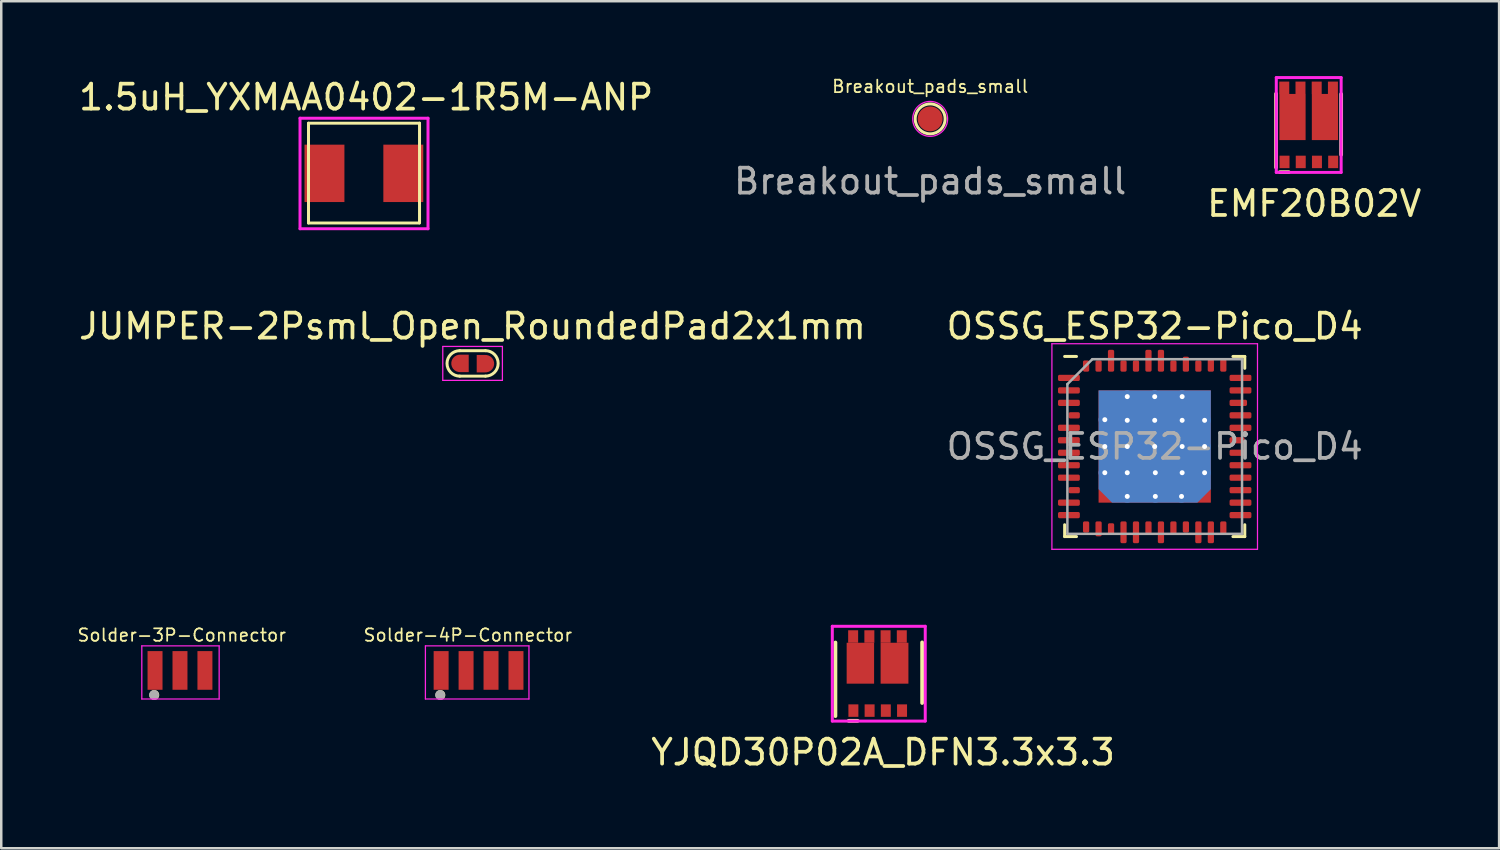
<source format=kicad_pcb>
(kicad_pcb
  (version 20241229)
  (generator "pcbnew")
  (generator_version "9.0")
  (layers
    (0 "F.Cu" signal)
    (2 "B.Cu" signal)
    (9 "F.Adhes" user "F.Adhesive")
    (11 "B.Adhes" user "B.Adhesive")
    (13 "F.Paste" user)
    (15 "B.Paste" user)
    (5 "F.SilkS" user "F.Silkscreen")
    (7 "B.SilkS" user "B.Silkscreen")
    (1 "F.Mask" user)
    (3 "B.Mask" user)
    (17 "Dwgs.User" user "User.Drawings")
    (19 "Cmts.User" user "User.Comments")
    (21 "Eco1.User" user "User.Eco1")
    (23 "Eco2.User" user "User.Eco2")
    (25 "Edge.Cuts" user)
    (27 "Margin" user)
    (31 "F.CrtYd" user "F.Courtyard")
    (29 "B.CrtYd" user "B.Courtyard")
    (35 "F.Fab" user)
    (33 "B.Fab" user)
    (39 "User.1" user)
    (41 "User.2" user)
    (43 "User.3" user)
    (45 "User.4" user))
  (footprint "OSSG_ESP32-Pico_D4"
    (layer "F.Cu")
    (at 43.232 14.847)
    (property "Reference" "OSSG_ESP32-Pico_D4" (at 0 -4.82 0) (layer "F.SilkS") (effects (font (size 1 1) (thickness 0.15))))
    (attr smd)
    (fp_line (start -3.61 3.61) (end -3.61 3.135) (stroke (width 0.12) (type solid)) (layer "F.SilkS"))
    (fp_line (start -3.135 -3.61) (end -3.61 -3.61) (stroke (width 0.12) (type solid)) (layer "F.SilkS"))
    (fp_line (start -3.135 3.61) (end -3.61 3.61) (stroke (width 0.12) (type solid)) (layer "F.SilkS"))
    (fp_line (start 3.135 -3.61) (end 3.61 -3.61) (stroke (width 0.12) (type solid)) (layer "F.SilkS"))
    (fp_line (start 3.135 3.61) (end 3.61 3.61) (stroke (width 0.12) (type solid)) (layer "F.SilkS"))
    (fp_line (start 3.61 -3.61) (end 3.61 -3.135) (stroke (width 0.12) (type solid)) (layer "F.SilkS"))
    (fp_line (start 3.61 3.61) (end 3.61 3.135) (stroke (width 0.12) (type solid)) (layer "F.SilkS"))
    (fp_line (start -4.12 -4.12) (end -4.12 4.12) (stroke (width 0.05) (type solid)) (layer "F.CrtYd"))
    (fp_line (start -4.12 4.12) (end 4.12 4.12) (stroke (width 0.05) (type solid)) (layer "F.CrtYd"))
    (fp_line (start 4.12 -4.12) (end -4.12 -4.12) (stroke (width 0.05) (type solid)) (layer "F.CrtYd"))
    (fp_line (start 4.12 4.12) (end 4.12 -4.12) (stroke (width 0.05) (type solid)) (layer "F.CrtYd"))
    (fp_line (start -3.5 -2.5) (end -2.5 -3.5) (stroke (width 0.1) (type solid)) (layer "F.Fab"))
    (fp_line (start -3.5 3.5) (end -3.5 -2.5) (stroke (width 0.1) (type solid)) (layer "F.Fab"))
    (fp_line (start -2.5 -3.5) (end 3.5 -3.5) (stroke (width 0.1) (type solid)) (layer "F.Fab"))
    (fp_line (start 3.5 -3.5) (end 3.5 3.5) (stroke (width 0.1) (type solid)) (layer "F.Fab"))
    (fp_line (start 3.5 3.5) (end -3.5 3.5) (stroke (width 0.1) (type solid)) (layer "F.Fab"))
    (fp_text user "${REFERENCE}" (at 0 0 0) (layer "F.Fab") (effects (font (size 1 1) (thickness 0.15))))
    (pad "" smd roundrect (at -1.875 -1.85) (size 0.8 0.8) (layers "F.Paste") (roundrect_rratio 0.231))
    (pad "" smd roundrect (at -1.85 1.85) (size 0.8 0.8) (layers "F.Paste") (roundrect_rratio 0.231))
    (pad "" smd roundrect (at -1.575 0.525) (size 0.8 0.8) (layers "F.Paste") (roundrect_rratio 0.231))
    (pad "" smd roundrect (at -1.55 -0.525) (size 0.8 0.8) (layers "F.Paste") (roundrect_rratio 0.231))
    (pad "" smd roundrect (at -0.55 -1.525) (size 0.8 0.8) (layers "F.Paste") (roundrect_rratio 0.231))
    (pad "" smd roundrect (at -0.55 -0.5) (size 0.8 0.8) (layers "F.Paste") (roundrect_rratio 0.231))
    (pad "" smd roundrect (at -0.55 0.525) (size 0.8 0.8) (layers "F.Paste") (roundrect_rratio 0.231))
    (pad "" smd roundrect (at -0.55 1.525) (size 0.8 0.8) (layers "F.Paste") (roundrect_rratio 0.231))
    (pad "" smd roundrect (at 0.55 -1.55) (size 0.8 0.8) (layers "F.Paste") (roundrect_rratio 0.231))
    (pad "" smd roundrect (at 0.55 -0.55) (size 0.8 0.8) (layers "F.Paste") (roundrect_rratio 0.231))
    (pad "" smd roundrect (at 0.55 0.525) (size 0.8 0.8) (layers "F.Paste") (roundrect_rratio 0.231))
    (pad "" smd roundrect (at 0.55 1.55) (size 0.8 0.8) (layers "F.Paste") (roundrect_rratio 0.231))
    (pad "" smd roundrect (at 1.55 -0.525) (size 0.8 0.8) (layers "F.Paste") (roundrect_rratio 0.231))
    (pad "" smd roundrect (at 1.55 0.525) (size 0.8 0.8) (layers "F.Paste") (roundrect_rratio 0.231))
    (pad "" smd roundrect (at 1.85 -1.85) (size 0.8 0.8) (layers "F.Paste") (roundrect_rratio 0.231))
    (pad "" smd roundrect (at 1.85 1.875) (size 0.8 0.8) (layers "F.Paste") (roundrect_rratio 0.231))
    (pad "1" smd roundrect (at -3.438 -2.75) (size 0.875 0.25) (layers "F.Cu" "F.Mask" "F.Paste") (roundrect_rratio 0.25))
    (pad "2" smd roundrect (at -3.438 -2.25) (size 0.875 0.25) (layers "F.Cu" "F.Mask" "F.Paste") (roundrect_rratio 0.25))
    (pad "3" smd roundrect (at -3.438 -1.75) (size 0.875 0.25) (layers "F.Cu" "F.Mask" "F.Paste") (roundrect_rratio 0.25))
    (pad "4" smd roundrect (at -3.225 -1.25) (size 0.45 0.25) (layers "F.Cu" "F.Mask" "F.Paste") (roundrect_rratio 0.25))
    (pad "5" smd roundrect (at -3.438 -0.75) (size 0.875 0.25) (layers "F.Cu" "F.Mask" "F.Paste") (roundrect_rratio 0.25))
    (pad "6" smd roundrect (at -3.438 -0.25) (size 0.875 0.25) (layers "F.Cu" "F.Mask" "F.Paste") (roundrect_rratio 0.25))
    (pad "7" smd roundrect (at -3.438 0.25) (size 0.875 0.25) (layers "F.Cu" "F.Mask" "F.Paste") (roundrect_rratio 0.25))
    (pad "8" smd roundrect (at -3.438 0.75) (size 0.875 0.25) (layers "F.Cu" "F.Mask" "F.Paste") (roundrect_rratio 0.25))
    (pad "9" smd roundrect (at -3.438 1.25) (size 0.875 0.25) (layers "F.Cu" "F.Mask" "F.Paste") (roundrect_rratio 0.25))
    (pad "10" smd roundrect (at -3.225 1.75) (size 0.45 0.25) (layers "F.Cu" "F.Mask" "F.Paste") (roundrect_rratio 0.25))
    (pad "11" smd roundrect (at -3.438 2.25) (size 0.875 0.25) (layers "F.Cu" "F.Mask" "F.Paste") (roundrect_rratio 0.25))
    (pad "12" smd roundrect (at -3.438 2.75) (size 0.875 0.25) (layers "F.Cu" "F.Mask" "F.Paste") (roundrect_rratio 0.25))
    (pad "13" smd roundrect (at -2.75 3.225) (size 0.25 0.45) (layers "F.Cu" "F.Mask" "F.Paste") (roundrect_rratio 0.25))
    (pad "14" smd roundrect (at -2.25 3.3) (size 0.25 0.6) (layers "F.Cu" "F.Mask" "F.Paste") (roundrect_rratio 0.25))
    (pad "15" smd roundrect (at -1.75 3.3) (size 0.25 0.45) (layers "F.Cu" "F.Mask" "F.Paste") (roundrect_rratio 0.25))
    (pad "16" smd roundrect (at -1.25 3.438) (size 0.25 0.875) (layers "F.Cu" "F.Mask" "F.Paste") (roundrect_rratio 0.25))
    (pad "17" smd roundrect (at -0.75 3.438) (size 0.25 0.875) (layers "F.Cu" "F.Mask" "F.Paste") (roundrect_rratio 0.25))
    (pad "18" smd roundrect (at -0.25 3.25) (size 0.25 0.5) (layers "F.Cu" "F.Mask" "F.Paste") (roundrect_rratio 0.25))
    (pad "19" smd roundrect (at 0.25 3.438) (size 0.25 0.875) (layers "F.Cu" "F.Mask" "F.Paste") (roundrect_rratio 0.25))
    (pad "20" smd roundrect (at 0.75 3.25) (size 0.25 0.5) (layers "F.Cu" "F.Mask" "F.Paste") (roundrect_rratio 0.25))
    (pad "21" smd roundrect (at 1.25 3.225) (size 0.25 0.45) (layers "F.Cu" "F.Mask" "F.Paste") (roundrect_rratio 0.25))
    (pad "22" smd roundrect (at 1.75 3.438) (size 0.25 0.875) (layers "F.Cu" "F.Mask" "F.Paste") (roundrect_rratio 0.25))
    (pad "23" smd roundrect (at 2.25 3.438) (size 0.25 0.875) (layers "F.Cu" "F.Mask" "F.Paste") (roundrect_rratio 0.25))
    (pad "24" smd roundrect (at 2.75 3.25) (size 0.25 0.5) (layers "F.Cu" "F.Mask" "F.Paste") (roundrect_rratio 0.25))
    (pad "25" smd roundrect (at 3.438 2.75) (size 0.875 0.25) (layers "F.Cu" "F.Mask" "F.Paste") (roundrect_rratio 0.25))
    (pad "26" smd roundrect (at 3.438 2.25) (size 0.875 0.25) (layers "F.Cu" "F.Mask" "F.Paste") (roundrect_rratio 0.25))
    (pad "27" smd roundrect (at 3.438 1.75) (size 0.875 0.25) (layers "F.Cu" "F.Mask" "F.Paste") (roundrect_rratio 0.25))
    (pad "28" smd roundrect (at 3.438 1.25) (size 0.875 0.25) (layers "F.Cu" "F.Mask" "F.Paste") (roundrect_rratio 0.25))
    (pad "29" smd roundrect (at 3.438 0.75) (size 0.875 0.25) (layers "F.Cu" "F.Mask" "F.Paste") (roundrect_rratio 0.25))
    (pad "30" smd roundrect (at 3.3 0.25) (size 0.6 0.25) (layers "F.Cu" "F.Mask" "F.Paste") (roundrect_rratio 0.25))
    (pad "31" smd roundrect (at 3.3 -0.25) (size 0.6 0.25) (layers "F.Cu" "F.Mask" "F.Paste") (roundrect_rratio 0.25))
    (pad "32" smd roundrect (at 3.438 -0.75) (size 0.875 0.25) (layers "F.Cu" "F.Mask" "F.Paste") (roundrect_rratio 0.25))
    (pad "33" smd roundrect (at 3.438 -1.25) (size 0.875 0.25) (layers "F.Cu" "F.Mask" "F.Paste") (roundrect_rratio 0.25))
    (pad "34" smd roundrect (at 3.35 -1.75) (size 0.7 0.25) (layers "F.Cu" "F.Mask" "F.Paste") (roundrect_rratio 0.25))
    (pad "35" smd roundrect (at 3.438 -2.25) (size 0.875 0.25) (layers "F.Cu" "F.Mask" "F.Paste") (roundrect_rratio 0.25))
    (pad "36" smd roundrect (at 3.438 -2.75) (size 0.875 0.25) (layers "F.Cu" "F.Mask" "F.Paste") (roundrect_rratio 0.25))
    (pad "37" smd roundrect (at 2.75 -3.25) (size 0.25 0.5) (layers "F.Cu" "F.Mask" "F.Paste") (roundrect_rratio 0.25))
    (pad "38" smd roundrect (at 2.25 -3.25) (size 0.25 0.5) (layers "F.Cu" "F.Mask" "F.Paste") (roundrect_rratio 0.25))
    (pad "39" smd roundrect (at 1.75 -3.225) (size 0.25 0.45) (layers "F.Cu" "F.Mask" "F.Paste") (roundrect_rratio 0.25))
    (pad "40" smd roundrect (at 1.25 -3.3) (size 0.25 0.6) (layers "F.Cu" "F.Mask" "F.Paste") (roundrect_rratio 0.25))
    (pad "41" smd roundrect (at 0.75 -3.225) (size 0.25 0.45) (layers "F.Cu" "F.Mask" "F.Paste") (roundrect_rratio 0.25))
    (pad "42" smd roundrect (at 0.25 -3.438) (size 0.25 0.875) (layers "F.Cu" "F.Mask" "F.Paste") (roundrect_rratio 0.25))
    (pad "43" smd roundrect (at -0.25 -3.438) (size 0.25 0.875) (layers "F.Cu" "F.Mask" "F.Paste") (roundrect_rratio 0.25))
    (pad "44" smd roundrect (at -0.75 -3.225) (size 0.25 0.45) (layers "F.Cu" "F.Mask" "F.Paste") (roundrect_rratio 0.25))
    (pad "45" smd roundrect (at -1.25 -3.225) (size 0.25 0.45) (layers "F.Cu" "F.Mask" "F.Paste") (roundrect_rratio 0.25))
    (pad "46" smd roundrect (at -1.75 -3.438) (size 0.25 0.875) (layers "F.Cu" "F.Mask" "F.Paste") (roundrect_rratio 0.25))
    (pad "47" smd roundrect (at -2.25 -3.225) (size 0.25 0.45) (layers "F.Cu" "F.Mask" "F.Paste") (roundrect_rratio 0.25))
    (pad "48" smd roundrect (at -2.75 -3.225) (size 0.25 0.45) (layers "F.Cu" "F.Mask" "F.Paste") (roundrect_rratio 0.25))
    (pad "49" thru_hole circle (at -2 -1.075) (size 0.5 0.5) (drill 0.2) (layers "*.Cu"))
    (pad "49" thru_hole circle (at -2 0) (size 0.5 0.5) (drill 0.2) (layers "*.Cu"))
    (pad "49" thru_hole circle (at -2 1.05) (size 0.5 0.5) (drill 0.2) (layers "*.Cu"))
    (pad "49" thru_hole circle (at -1.1 -2) (size 0.5 0.5) (drill 0.2) (layers "*.Cu"))
    (pad "49" thru_hole circle (at -1.1 -1.05) (size 0.5 0.5) (drill 0.2) (layers "*.Cu"))
    (pad "49" thru_hole circle (at -1.1 0) (size 0.5 0.5) (drill 0.2) (layers "*.Cu"))
    (pad "49" thru_hole circle (at -1.1 1.05) (size 0.5 0.5) (drill 0.2) (layers "*.Cu"))
    (pad "49" thru_hole circle (at -1.1 2) (size 0.5 0.5) (drill 0.2) (layers "*.Cu"))
    (pad "49" thru_hole circle (at 0 -2) (size 0.5 0.5) (drill 0.2) (layers "*.Cu"))
    (pad "49" thru_hole circle (at 0 -1.05) (size 0.5 0.5) (drill 0.2) (layers "*.Cu"))
    (pad "49" thru_hole circle (at 0 0) (size 0.5 0.5) (drill 0.2) (layers "*.Cu"))
    (pad "49" smd rect (at 0 0) (size 4.5 4.5) (layers "F.Cu" "F.Mask"))
    (pad "49" smd roundrect (at 0 0) (size 4.5 4.5) (layers "B.Cu") (roundrect_rratio 0) (chamfer_ratio 0.12) (chamfer bottom_left bottom_right))
    (pad "49" thru_hole circle (at 0.025 1.05) (size 0.5 0.5) (drill 0.2) (layers "*.Cu"))
    (pad "49" thru_hole circle (at 0.025 2) (size 0.5 0.5) (drill 0.2) (layers "*.Cu"))
    (pad "49" thru_hole circle (at 1.075 2) (size 0.5 0.5) (drill 0.2) (layers "*.Cu"))
    (pad "49" thru_hole circle (at 1.1 -2) (size 0.5 0.5) (drill 0.2) (layers "*.Cu"))
    (pad "49" thru_hole circle (at 1.1 -1.05) (size 0.5 0.5) (drill 0.2) (layers "*.Cu"))
    (pad "49" thru_hole circle (at 1.1 0) (size 0.5 0.5) (drill 0.2) (layers "*.Cu"))
    (pad "49" thru_hole circle (at 1.1 1.05) (size 0.5 0.5) (drill 0.2) (layers "*.Cu"))
    (pad "49" thru_hole circle (at 2 -1.05) (size 0.5 0.5) (drill 0.2) (layers "*.Cu"))
    (pad "49" thru_hole circle (at 2 0) (size 0.5 0.5) (drill 0.2) (layers "*.Cu"))
    (pad "49" thru_hole circle (at 2 1.05) (size 0.5 0.5) (drill 0.2) (layers "*.Cu")))
  (footprint "1.5uH_YXMAA0402-1R5M-ANP"
    (layer "F.Cu")
    (at 11.555 3.918)
    (property "Reference" "1.5uH_YXMAA0402-1R5M-ANP" (at 0.07 -3.07 0) (layer "F.SilkS") (effects (font (size 1 1) (thickness 0.15))))
    (attr through_hole)
    (fp_line (start -2.24 1.13) (end -2.24 -2.03) (stroke (width 0.12) (type solid)) (layer "F.SilkS"))
    (fp_line (start -2.24 1.13) (end -2.24 1.97) (stroke (width 0.12) (type solid)) (layer "F.SilkS"))
    (fp_line (start -2.24 1.97) (end 2.19 1.97) (stroke (width 0.12) (type solid)) (layer "F.SilkS"))
    (fp_line (start 2.21 -2.03) (end -2.24 -2.03) (stroke (width 0.12) (type solid)) (layer "F.SilkS"))
    (fp_line (start 2.21 1.13) (end 2.21 -2.03) (stroke (width 0.12) (type solid)) (layer "F.SilkS"))
    (fp_line (start 2.21 1.13) (end 2.21 1.97) (stroke (width 0.12) (type solid)) (layer "F.SilkS"))
    (fp_line (start -2.58 -2.23) (end -2.58 2.2) (stroke (width 0.12) (type solid)) (layer "F.CrtYd"))
    (fp_line (start -2.58 2.2) (end 2.55 2.2) (stroke (width 0.12) (type solid)) (layer "F.CrtYd"))
    (fp_line (start 2.55 -2.23) (end -2.58 -2.23) (stroke (width 0.12) (type solid)) (layer "F.CrtYd"))
    (fp_line (start 2.55 2.2) (end 2.55 -2.23) (stroke (width 0.12) (type solid)) (layer "F.CrtYd"))
    (pad "1" smd rect (at -1.6 -0.02) (size 1.6 2.3) (layers "F.Cu" "F.Mask" "F.Paste"))
    (pad "2" smd rect (at 1.56 -0.02) (size 1.6 2.3) (layers "F.Cu" "F.Mask" "F.Paste")))
  (footprint "Breakout_pads_small"
    (layer "F.Cu")
    (at 34.232 1.715)
    (property "Reference" "Breakout_pads_small" (at 0 2.5 0) (unlocked yes) (layer "F.Fab") (effects (font (size 1 1) (thickness 0.15))))
    (property "Value" "Breakout_pads_small" (at 0 1 0) (unlocked yes) (layer "F.Fab") (hide yes) (effects (font (size 1 1) (thickness 0.15))))
    (attr smd)
    (fp_circle (center 0 0) (end 0.6 0) (stroke (width 0.12) (type solid)) (fill no) (layer "F.SilkS"))
    (fp_circle (center 0 0) (end 0.7 0) (stroke (width 0.05) (type solid)) (fill no) (layer "F.CrtYd"))
    (fp_text user "${VALUE}" (at 0 -1.3 0) (unlocked yes) (layer "F.SilkS") (effects (font (size 0.5 0.5) (thickness 0.07))))
    (pad "1" smd circle (at 0 0) (size 1 1) (layers "F.Cu" "F.Mask")))
  (footprint "YJQD30P02A_DFN3.3x3.3"
    (layer "F.Cu")
    (at 32.185 24.052)
    (property "Reference" "YJQD30P02A_DFN3.3x3.3" (at 0.16 3.05 0) (layer "F.SilkS") (effects (font (size 1 1) (thickness 0.15))))
    (attr through_hole)
    (fp_rect (start -1 -0.925) (end -0.5 -0.075) (stroke (width 0.12) (type solid)) (fill yes) (layer "F.Mask"))
    (fp_rect (start 0.3 -0.925) (end 0.8 -0.075) (stroke (width 0.12) (type solid)) (fill yes) (layer "F.Mask"))
    (fp_line (start -1.75 -1.35) (end -1.75 1.6) (stroke (width 0.15) (type solid)) (layer "F.SilkS"))
    (fp_line (start -1.22 1.79) (end -0.86 1.79) (stroke (width 0.15) (type solid)) (layer "F.SilkS"))
    (fp_line (start 1.725 -1.355) (end 1.725 1.075) (stroke (width 0.15) (type solid)) (layer "F.SilkS"))
    (fp_rect (start -1 -0.925) (end -0.5 -0.075) (stroke (width 0.12) (type solid)) (fill yes) (layer "F.Paste"))
    (fp_rect (start 0.3 -0.9) (end 0.8 -0.05) (stroke (width 0.12) (type solid)) (fill yes) (layer "F.Paste"))
    (fp_line (start -1.875 -2) (end -1.875 1.8) (stroke (width 0.12) (type solid)) (layer "F.CrtYd"))
    (fp_line (start -1.875 1.8) (end 1.85 1.8) (stroke (width 0.12) (type solid)) (layer "F.CrtYd"))
    (fp_line (start 1.85 -2) (end -1.875 -2) (stroke (width 0.12) (type solid)) (layer "F.CrtYd"))
    (fp_line (start 1.85 1.8) (end 1.85 -2) (stroke (width 0.12) (type solid)) (layer "F.CrtYd"))
    (pad "1" smd rect (at -1.03 1.38) (size 0.4 0.5) (layers "F.Cu" "F.Mask" "F.Paste"))
    (pad "2" smd rect (at -0.38 1.38) (size 0.4 0.5) (layers "F.Cu" "F.Mask" "F.Paste"))
    (pad "3" smd rect (at 0.27 1.38) (size 0.4 0.5) (layers "F.Cu" "F.Mask" "F.Paste"))
    (pad "4" smd rect (at 0.92 1.38) (size 0.4 0.5) (layers "F.Cu" "F.Mask" "F.Paste"))
    (pad "5" smd rect (at 0.618 -0.52) (size 1.115 1.64) (layers "F.Cu"))
    (pad "5" smd rect (at 0.91 -1.59) (size 0.4 0.5) (layers "F.Cu" "F.Mask" "F.Paste"))
    (pad "6" smd rect (at 0.26 -1.59) (size 0.4 0.5) (layers "F.Cu" "F.Mask" "F.Paste"))
    (pad "7" smd rect (at -0.75 -0.52) (size 1.1 1.64) (layers "F.Cu"))
    (pad "7" smd rect (at -0.39 -1.59) (size 0.4 0.5) (layers "F.Cu" "F.Mask" "F.Paste"))
    (pad "8" smd rect (at -1.04 -1.59) (size 0.4 0.5) (layers "F.Cu" "F.Mask" "F.Paste")))
  (footprint "Solder-4P-Connector"
    (layer "F.Cu")
    (at 16.101 23.807)
    (property "Reference" "Solder-4P-Connector" (at -0.4 -1.4 0) (layer "F.SilkS") (effects (font (size 0.5 0.5) (thickness 0.07))))
    (attr through_hole)
    (fp_circle (center -1.5 1) (end -1.4 1) (stroke (width 0.2) (type solid)) (fill no) (layer "F.SilkS"))
    (fp_line (start -2.1 -0.97) (end 2.05 -0.97) (stroke (width 0.05) (type solid)) (layer "F.CrtYd"))
    (fp_line (start -2.1 1.16) (end -2.1 -0.97) (stroke (width 0.05) (type solid)) (layer "F.CrtYd"))
    (fp_line (start 2.05 -0.97) (end 2.05 1.16) (stroke (width 0.05) (type solid)) (layer "F.CrtYd"))
    (fp_line (start 2.05 1.16) (end -2.1 1.16) (stroke (width 0.05) (type solid)) (layer "F.CrtYd"))
    (fp_circle (center -1.51 1) (end -1.41 1) (stroke (width 0.2) (type solid)) (fill no) (layer "F.Fab"))
    (pad "1" smd rect (at -1.47 0.015) (size 0.6 1.55) (layers "F.Cu" "F.Mask" "F.Paste"))
    (pad "2" smd rect (at -0.47 0.015) (size 0.6 1.55) (layers "F.Cu" "F.Mask" "F.Paste"))
    (pad "3" smd rect (at 0.53 0.015) (size 0.6 1.55) (layers "F.Cu" "F.Mask" "F.Paste"))
    (pad "4" smd rect (at 1.53 0.015) (size 0.6 1.55) (layers "F.Cu" "F.Mask" "F.Paste")))
  (footprint "JUMPER-2Psml_Open_RoundedPad2x1mm"
    (layer "F.Cu")
    (at 15.887 11.826)
    (property "Reference" "JUMPER-2Psml_Open_RoundedPad2x1mm" (at 0 -1.8 0) (layer "F.SilkS") (effects (font (size 1 1) (thickness 0.15))))
    (attr exclude_from_pos_files exclude_from_bom)
    (fp_line (start -0.51 -0.82) (end 0.52 -0.82) (stroke (width 0.12) (type solid)) (layer "F.SilkS"))
    (fp_line (start 0.52 0.2) (end -0.51 0.2) (stroke (width 0.12) (type solid)) (layer "F.SilkS"))
    (fp_arc (start -0.51 0.2) (mid -1.02 -0.31) (end -0.51 -0.82) (stroke (width 0.12) (type solid)) (layer "F.SilkS"))
    (fp_arc (start 0.52 -0.82) (mid 1.03 -0.31) (end 0.52 0.2) (stroke (width 0.12) (type solid)) (layer "F.SilkS"))
    (fp_line (start -1.19 -0.99) (end -1.19 0.37) (stroke (width 0.05) (type solid)) (layer "F.CrtYd"))
    (fp_line (start -1.19 -0.99) (end 1.2 -0.99) (stroke (width 0.05) (type solid)) (layer "F.CrtYd"))
    (fp_line (start 1.2 0.37) (end -1.19 0.37) (stroke (width 0.05) (type solid)) (layer "F.CrtYd"))
    (fp_line (start 1.2 0.37) (end 1.2 -0.99) (stroke (width 0.05) (type solid)) (layer "F.CrtYd"))
    (pad "1" smd custom (at -0.5 -0.31) (size 0.5 0.2) (layers "F.Cu" "F.Mask") (options (anchor rect)) (primitives (gr_circle (center 0 0) (end 0.35 0) (width 0) (fill yes)) (gr_poly (pts (xy 0 -0.35) (xy 0.35 -0.35) (xy 0.35 0.35) (xy 0 0.35)) (width 0) (fill yes))))
    (pad "2" smd custom (at 0.52 -0.3 180) (size 0.5 0.2) (layers "F.Cu" "F.Mask") (options (anchor rect)) (primitives (gr_circle (center 0 0) (end 0.35 0) (width 0) (fill yes)) (gr_poly (pts (xy 0 -0.35) (xy 0.35 -0.35) (xy 0.35 0.35) (xy 0 0.35)) (width 0) (fill yes)))))
  (footprint "EMF20B02V"
    (layer "F.Cu")
    (at 49.465 2.06)
    (property "Reference" "EMF20B02V" (at 0.16 3.05 0) (layer "F.SilkS") (effects (font (size 1 1) (thickness 0.15))))
    (attr through_hole)
    (fp_line (start -1.37 -1.35) (end -1.37 1.6) (stroke (width 0.15) (type solid)) (layer "F.SilkS"))
    (fp_line (start -1.22 1.79) (end -0.86 1.79) (stroke (width 0.15) (type solid)) (layer "F.SilkS"))
    (fp_line (start 1.24 -1.34) (end 1.24 1.09) (stroke (width 0.15) (type solid)) (layer "F.SilkS"))
    (fp_line (start -1.36 -2) (end -1.36 1.8) (stroke (width 0.12) (type solid)) (layer "F.CrtYd"))
    (fp_line (start -1.36 1.8) (end 1.24 1.8) (stroke (width 0.12) (type solid)) (layer "F.CrtYd"))
    (fp_line (start 1.24 -2) (end -1.36 -2) (stroke (width 0.12) (type solid)) (layer "F.CrtYd"))
    (fp_line (start 1.24 1.8) (end 1.24 -2) (stroke (width 0.12) (type solid)) (layer "F.CrtYd"))
    (pad "1" smd rect (at -1.03 1.38) (size 0.4 0.5) (layers "F.Cu" "F.Mask" "F.Paste"))
    (pad "2" smd rect (at -0.38 1.38) (size 0.4 0.5) (layers "F.Cu" "F.Mask" "F.Paste"))
    (pad "3" smd rect (at 0.27 1.38) (size 0.4 0.5) (layers "F.Cu" "F.Mask" "F.Paste"))
    (pad "4" smd rect (at 0.92 1.38) (size 0.4 0.5) (layers "F.Cu" "F.Mask" "F.Paste"))
    (pad "5" smd rect (at 0.59 -0.42) (size 1.05 1.85) (layers "F.Cu" "F.Mask" "F.Paste"))
    (pad "5" smd rect (at 0.91 -1.59) (size 0.4 0.5) (layers "F.Cu" "F.Mask" "F.Paste"))
    (pad "6" smd rect (at 0.26 -1.59) (size 0.4 0.5) (layers "F.Cu" "F.Mask" "F.Paste"))
    (pad "7" smd rect (at -0.71 -0.42) (size 1.05 1.85) (layers "F.Cu" "F.Mask" "F.Paste"))
    (pad "7" smd rect (at -0.39 -1.59) (size 0.4 0.5) (layers "F.Cu" "F.Mask" "F.Paste"))
    (pad "8" smd rect (at -1.04 -1.59) (size 0.4 0.5) (layers "F.Cu" "F.Mask" "F.Paste")))
  (footprint "Solder-3P-Connector"
    (layer "F.Cu")
    (at 4.634 23.807)
    (property "Reference" "Solder-3P-Connector" (at -0.4 -1.4 0) (layer "F.SilkS") (effects (font (size 0.5 0.5) (thickness 0.07))))
    (attr through_hole)
    (fp_circle (center -1.5 1) (end -1.4 1) (stroke (width 0.2) (type solid)) (fill no) (layer "F.SilkS"))
    (fp_line (start -2 -0.97) (end 1.1 -0.97) (stroke (width 0.05) (type solid)) (layer "F.CrtYd"))
    (fp_line (start -2 1.16) (end -2 -0.97) (stroke (width 0.05) (type solid)) (layer "F.CrtYd"))
    (fp_line (start 1.1 -0.97) (end 1.1 1.16) (stroke (width 0.05) (type solid)) (layer "F.CrtYd"))
    (fp_line (start 1.1 1.16) (end -2 1.16) (stroke (width 0.05) (type solid)) (layer "F.CrtYd"))
    (fp_circle (center -1.51 1) (end -1.41 1) (stroke (width 0.2) (type solid)) (fill no) (layer "F.Fab"))
    (pad "1" smd rect (at -1.47 0.015) (size 0.6 1.55) (layers "F.Cu" "F.Mask" "F.Paste"))
    (pad "2" smd rect (at -0.47 0.015) (size 0.6 1.55) (layers "F.Cu" "F.Mask" "F.Paste"))
    (pad "3" smd rect (at 0.53 0.015) (size 0.6 1.55) (layers "F.Cu" "F.Mask" "F.Paste")))
  (gr_rect
    (start -3 -3)
    (end 57.036 30.95)
    (stroke (width 0.1) (type default))
    (fill no)
    (layer "Edge.Cuts")))
</source>
